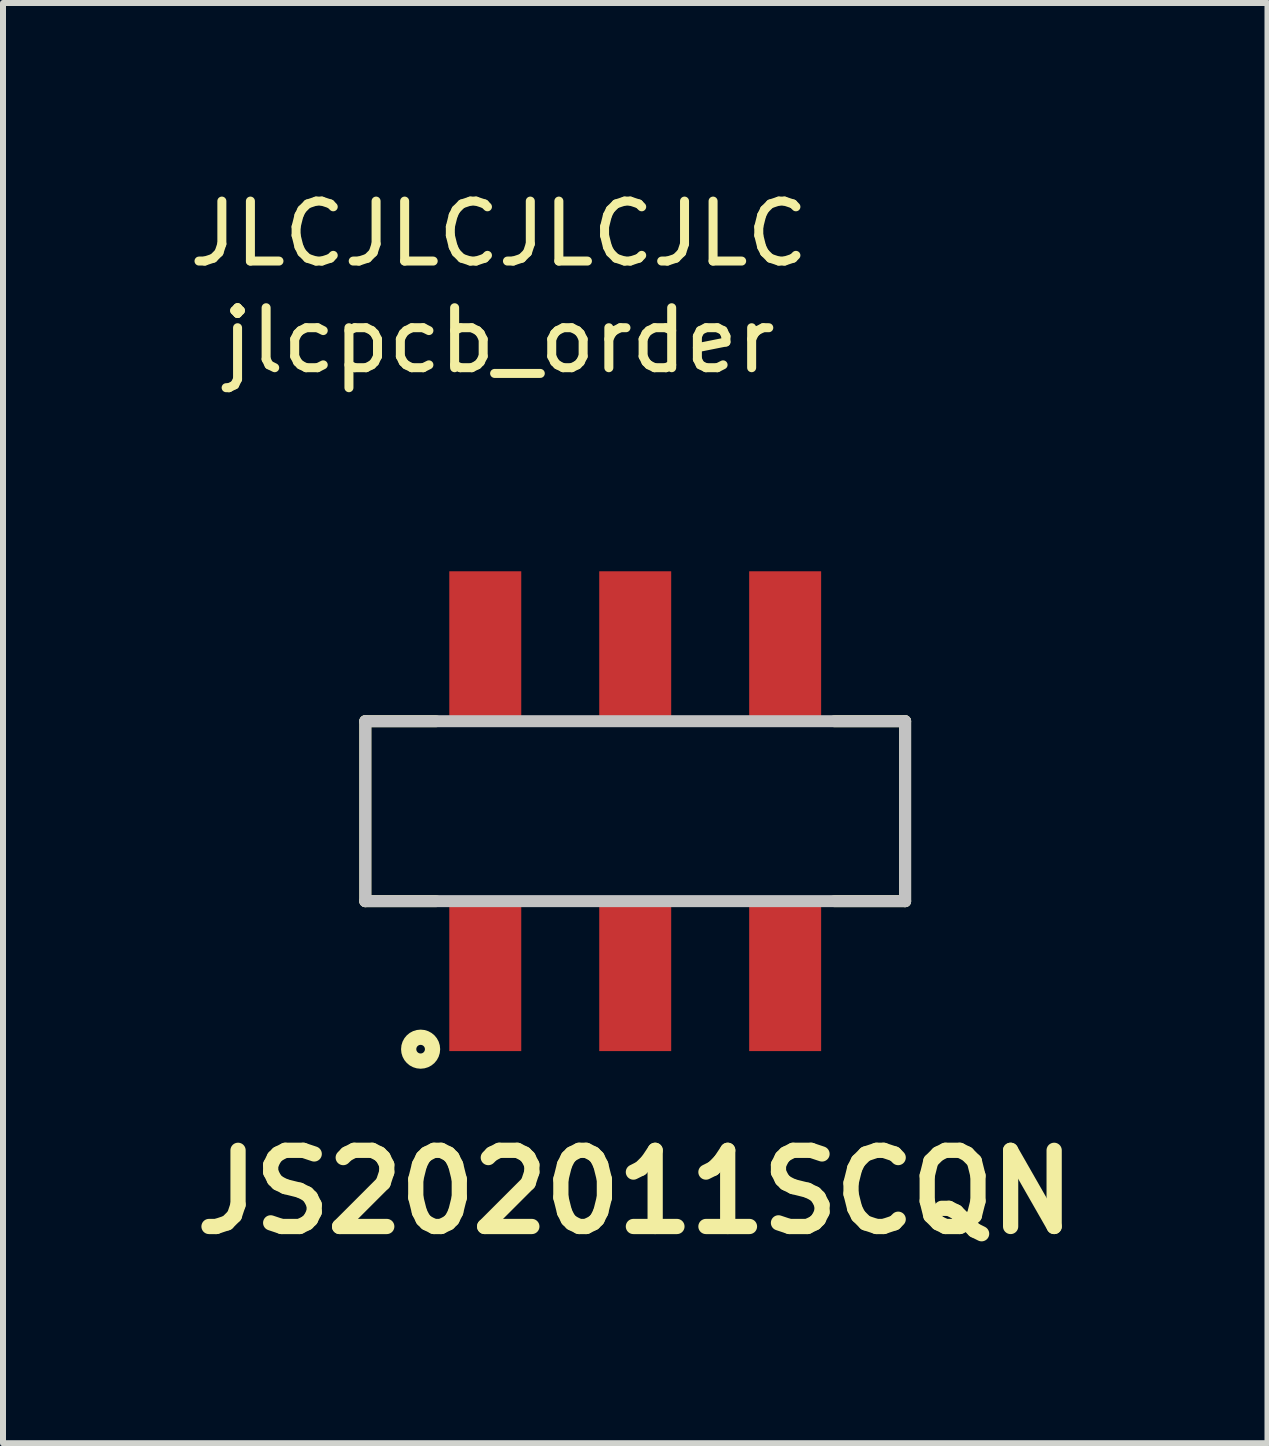
<source format=kicad_pcb>
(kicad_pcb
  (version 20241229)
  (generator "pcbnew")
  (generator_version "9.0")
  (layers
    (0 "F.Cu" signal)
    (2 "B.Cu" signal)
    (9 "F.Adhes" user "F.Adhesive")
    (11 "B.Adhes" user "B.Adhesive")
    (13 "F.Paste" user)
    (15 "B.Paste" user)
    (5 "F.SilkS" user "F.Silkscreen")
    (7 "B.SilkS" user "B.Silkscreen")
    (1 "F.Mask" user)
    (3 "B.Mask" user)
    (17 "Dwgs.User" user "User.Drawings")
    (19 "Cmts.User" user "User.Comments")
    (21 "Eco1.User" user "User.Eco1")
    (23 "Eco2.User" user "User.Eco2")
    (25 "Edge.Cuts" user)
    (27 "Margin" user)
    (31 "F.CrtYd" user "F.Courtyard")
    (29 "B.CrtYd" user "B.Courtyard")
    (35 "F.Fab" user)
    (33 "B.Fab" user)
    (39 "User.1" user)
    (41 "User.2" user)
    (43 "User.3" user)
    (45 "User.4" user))
  (footprint "jlcpcb_order"
    (layer "F.Cu")
    (at 5.268 0.848)
    (property "Reference" "jlcpcb_order" (at 0 1.778 0) (layer "F.SilkS") (effects (font (size 1 1) (thickness 0.15))))
    (attr through_hole)
    (fp_text user "JLCJLCJLCJLC" (at 0 0 0) (layer "F.SilkS") (effects (font (size 1 1) (thickness 0.15)))))
  (footprint "JS202011SCQN"
    (layer "F.Cu")
    (at 7.541 10.475)
    (property "Reference" "JS202011SCQN" (at 0 6.35 0) (layer "F.SilkS") (effects (font (size 1.27 1.27) (thickness 0.254))))
    (attr smd)
    (fp_line (start -4.5 -1.5) (end -4.5 1.5) (stroke (width 0.2) (type solid)) (layer "F.SilkS"))
    (fp_line (start -4.5 -1.5) (end -3.323 -1.5) (stroke (width 0.2) (type solid)) (layer "F.SilkS"))
    (fp_line (start -4.5 1.5) (end -3.323 1.5) (stroke (width 0.2) (type solid)) (layer "F.SilkS"))
    (fp_line (start 4.5 -1.5) (end 3.323 -1.5) (stroke (width 0.2) (type solid)) (layer "F.SilkS"))
    (fp_line (start 4.5 1.5) (end 3.323 1.5) (stroke (width 0.2) (type solid)) (layer "F.SilkS"))
    (fp_line (start 4.5 1.5) (end 4.5 -1.5) (stroke (width 0.2) (type solid)) (layer "F.SilkS"))
    (fp_circle (center -3.578 3.968) (end -3.65 3.968) (stroke (width 0.254) (type solid)) (fill no) (layer "F.SilkS"))
    (fp_line (start -4.5 -1.5) (end 4.5 -1.5) (stroke (width 0.2) (type solid)) (layer "Dwgs.User"))
    (fp_line (start -4.5 1.5) (end -4.5 -1.5) (stroke (width 0.2) (type solid)) (layer "Dwgs.User"))
    (fp_line (start 4.5 -1.5) (end 4.5 1.5) (stroke (width 0.2) (type solid)) (layer "Dwgs.User"))
    (fp_line (start 4.5 1.5) (end -4.5 1.5) (stroke (width 0.2) (type solid)) (layer "Dwgs.User"))
    (pad "1" smd rect (at -2.5 2.75) (size 1.2 2.5) (layers "F.Cu" "F.Mask" "F.Paste"))
    (pad "2" smd rect (at 0 2.75) (size 1.2 2.5) (layers "F.Cu" "F.Mask" "F.Paste"))
    (pad "3" smd rect (at 2.5 2.75) (size 1.2 2.5) (layers "F.Cu" "F.Mask" "F.Paste"))
    (pad "4" smd rect (at 2.5 -2.75) (size 1.2 2.5) (layers "F.Cu" "F.Mask" "F.Paste"))
    (pad "5" smd rect (at 0 -2.75) (size 1.2 2.5) (layers "F.Cu" "F.Mask" "F.Paste"))
    (pad "6" smd rect (at -2.5 -2.75) (size 1.2 2.5) (layers "F.Cu" "F.Mask" "F.Paste")))
  (gr_rect
    (start -3 -3)
    (end 18.083 21.013)
    (stroke (width 0.1) (type default))
    (fill no)
    (layer "Edge.Cuts")))
</source>
